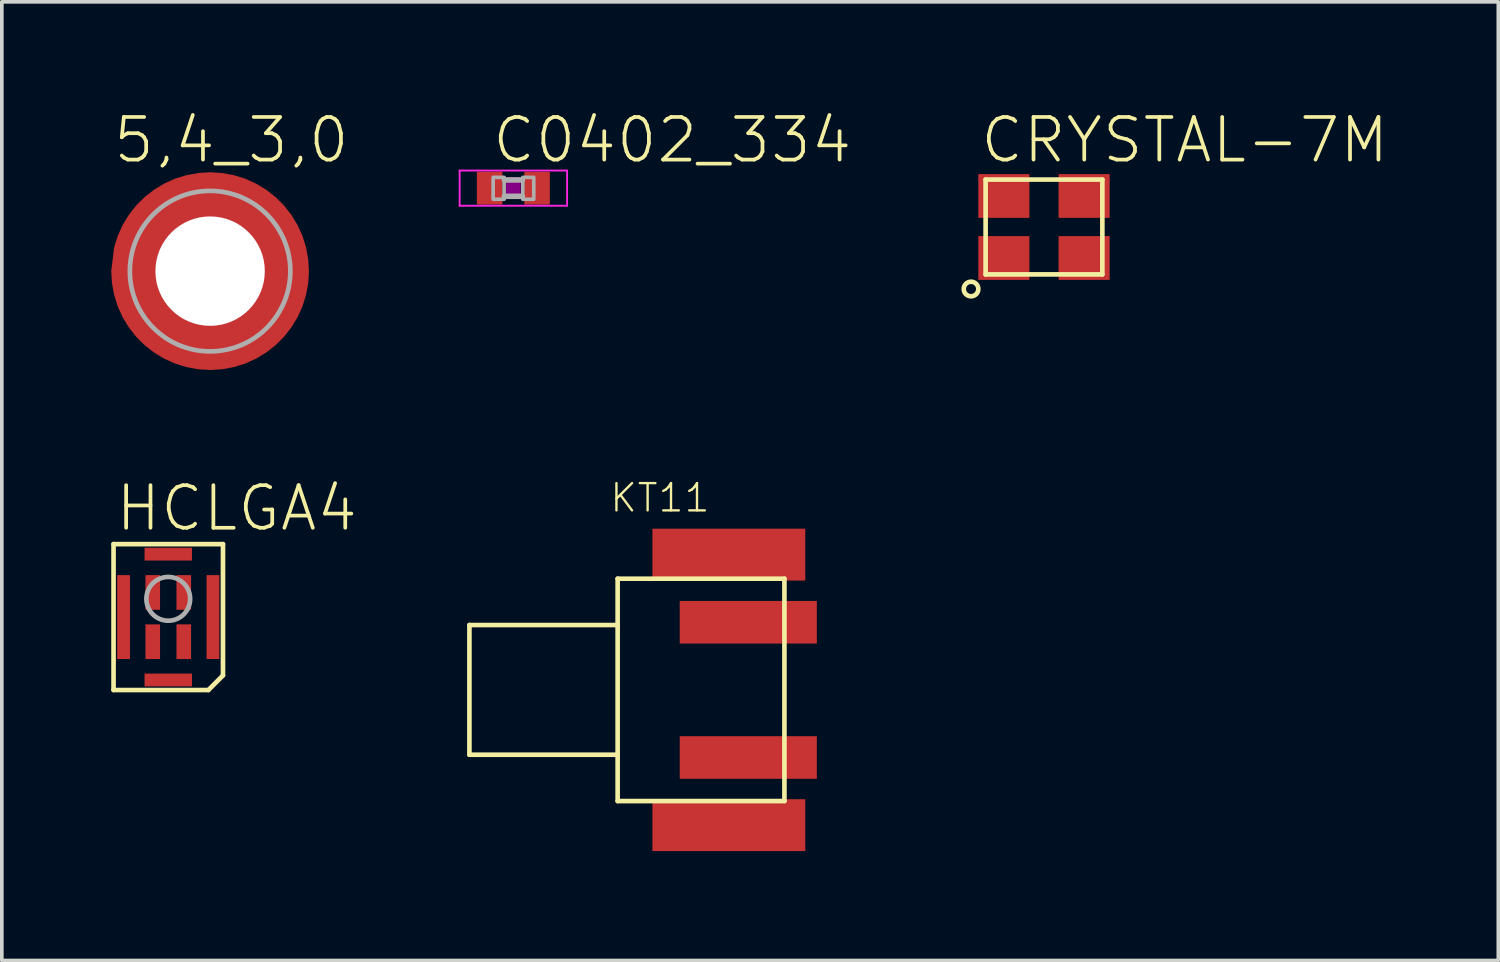
<source format=kicad_pcb>
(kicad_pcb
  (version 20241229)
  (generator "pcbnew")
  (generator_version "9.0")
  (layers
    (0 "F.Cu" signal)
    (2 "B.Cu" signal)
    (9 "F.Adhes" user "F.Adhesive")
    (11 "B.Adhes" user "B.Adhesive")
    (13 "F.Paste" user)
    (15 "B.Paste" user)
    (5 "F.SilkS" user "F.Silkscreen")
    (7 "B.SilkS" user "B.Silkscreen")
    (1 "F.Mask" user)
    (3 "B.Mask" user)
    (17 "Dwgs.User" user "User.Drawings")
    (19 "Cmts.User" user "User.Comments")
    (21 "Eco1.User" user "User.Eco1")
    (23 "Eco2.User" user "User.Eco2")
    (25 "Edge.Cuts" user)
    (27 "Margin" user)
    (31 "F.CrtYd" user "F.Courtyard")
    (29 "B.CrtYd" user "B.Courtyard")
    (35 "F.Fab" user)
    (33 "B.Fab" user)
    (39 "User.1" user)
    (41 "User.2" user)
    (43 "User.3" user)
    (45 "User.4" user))
  (footprint "5,4_3,0"
    (layer "F.Cu")
    (at 2.71 4.383)
    (property "Reference" "5,4_3,0" (at -2.71 -2.91 0) (unlocked yes) (layer "F.SilkS") (effects (font (size 1.168 1.168) (thickness 0.102)) (justify left bottom)))
    (fp_poly (pts (xy 0.01 -1.491) (xy -0.461 -1.417) (xy -0.676 -1.328) (xy -0.876 -1.205) (xy -1.054 -1.054) (xy -1.205 -0.876) (xy -1.328 -0.676) (xy -1.417 -0.46) (xy -1.472 -0.233) (xy -1.49 -0.000396) (xy -1.417 0.461) (xy -1.328 0.676) (xy -1.205 0.876) (xy -1.054 1.054) (xy -0.876 1.205) (xy -0.676 1.328) (xy -0.46 1.417) (xy -0.233 1.472) (xy 0.01 1.491) (xy 0.01 2.711) (xy -0.327 2.69) (xy -0.649 2.631) (xy -0.961 2.534) (xy -1.259 2.4) (xy -1.539 2.23) (xy -1.797 2.028) (xy -2.028 1.797) (xy -2.23 1.539) (xy -2.4 1.259) (xy -2.534 0.961) (xy -2.631 0.649) (xy -2.69 0.327) (xy -2.71 -0.000303) (xy -2.631 -0.648) (xy -2.534 -0.961) (xy -2.4 -1.259) (xy -2.23 -1.539) (xy -2.028 -1.797) (xy -1.797 -2.028) (xy -1.539 -2.23) (xy -1.259 -2.4) (xy -0.961 -2.534) (xy -0.649 -2.631) (xy -0.327 -2.69) (xy 0.01 -2.711)) (stroke (width 0) (type default)) (fill yes) (layer "F.Cu"))
    (fp_poly (pts (xy 0.327 -2.69) (xy 0.649 -2.631) (xy 0.961 -2.534) (xy 1.259 -2.4) (xy 1.539 -2.23) (xy 1.797 -2.028) (xy 2.028 -1.797) (xy 2.23 -1.539) (xy 2.4 -1.259) (xy 2.534 -0.961) (xy 2.631 -0.649) (xy 2.69 -0.327) (xy 2.71 0) (xy 2.69 0.327) (xy 2.631 0.649) (xy 2.534 0.961) (xy 2.4 1.259) (xy 2.23 1.539) (xy 2.028 1.797) (xy 1.797 2.028) (xy 1.539 2.23) (xy 1.259 2.4) (xy 0.961 2.534) (xy 0.649 2.631) (xy 0.327 2.69) (xy -0.01 2.711) (xy -0.01 1.491) (xy 0.461 1.417) (xy 0.676 1.328) (xy 0.876 1.205) (xy 1.054 1.054) (xy 1.205 0.876) (xy 1.328 0.676) (xy 1.417 0.46) (xy 1.472 0.233) (xy 1.49 0.000396) (xy 1.417 -0.461) (xy 1.328 -0.676) (xy 1.205 -0.876) (xy 1.054 -1.054) (xy 0.876 -1.205) (xy 0.676 -1.328) (xy 0.46 -1.417) (xy 0.233 -1.472) (xy -0.01 -1.491) (xy -0.01 -2.711)) (stroke (width 0) (type default)) (fill yes) (layer "F.Cu"))
    (fp_poly (pts (xy 0.315 -2.591) (xy 0.625 -2.534) (xy 0.926 -2.44) (xy 1.213 -2.311) (xy 1.483 -2.148) (xy 1.731 -1.954) (xy 1.954 -1.731) (xy 2.148 -1.483) (xy 2.311 -1.213) (xy 2.44 -0.926) (xy 2.534 -0.625) (xy 2.591 -0.315) (xy 2.61 0) (xy 2.591 0.315) (xy 2.534 0.625) (xy 2.44 0.926) (xy 2.311 1.213) (xy 2.148 1.483) (xy 1.954 1.731) (xy 1.731 1.954) (xy 1.483 2.148) (xy 1.213 2.311) (xy 0.926 2.44) (xy 0.625 2.534) (xy 0.315 2.591) (xy 0 2.61) (xy -0.315 2.591) (xy -0.625 2.534) (xy -0.926 2.44) (xy -1.213 2.311) (xy -1.483 2.148) (xy -1.731 1.954) (xy -1.954 1.731) (xy -2.148 1.483) (xy -2.311 1.213) (xy -2.44 0.926) (xy -2.534 0.625) (xy -2.591 0.315) (xy -2.61 0) (xy -2.591 -0.315) (xy -2.534 -0.625) (xy -2.44 -0.926) (xy -2.311 -1.213) (xy -2.148 -1.483) (xy -1.954 -1.731) (xy -1.731 -1.954) (xy -1.483 -2.148) (xy -1.213 -2.311) (xy -0.926 -2.44) (xy -0.625 -2.534) (xy -0.315 -2.591) (xy 0 -2.61)) (stroke (width 0) (type default)) (fill yes) (layer "F.Mask"))
    (fp_poly (pts (xy -0.19 -1.593) (xy -0.703 -1.437) (xy -0.929 -1.301) (xy -1.131 -1.131) (xy -1.301 -0.929) (xy -1.437 -0.703) (xy -1.534 -0.457) (xy -1.59 -0.199) (xy -1.59 -0.19) (xy -2.512 -0.19) (xy -2.373 -0.829) (xy -2.246 -1.126) (xy -2.083 -1.403) (xy -1.886 -1.658) (xy -1.658 -1.886) (xy -1.403 -2.083) (xy -1.126 -2.246) (xy -0.829 -2.373) (xy -0.519 -2.462) (xy -0.201 -2.51) (xy -0.19 -2.51)) (stroke (width 0) (type default)) (fill yes) (layer "F.Paste"))
    (fp_poly (pts (xy 0.829 -2.373) (xy 1.126 -2.246) (xy 1.403 -2.083) (xy 1.658 -1.886) (xy 1.886 -1.658) (xy 2.083 -1.403) (xy 2.246 -1.126) (xy 2.373 -0.829) (xy 2.462 -0.519) (xy 2.51 -0.201) (xy 2.51 -0.19) (xy 1.593 -0.19) (xy 1.437 -0.703) (xy 1.301 -0.929) (xy 1.131 -1.131) (xy 0.929 -1.301) (xy 0.703 -1.437) (xy 0.457 -1.534) (xy 0.199 -1.59) (xy 0.19 -1.59) (xy 0.19 -2.512)) (stroke (width 0) (type default)) (fill yes) (layer "F.Paste"))
    (fp_poly (pts (xy 2.462 0.519) (xy 2.373 0.829) (xy 2.246 1.126) (xy 2.083 1.403) (xy 1.886 1.658) (xy 1.658 1.886) (xy 1.403 2.083) (xy 1.126 2.246) (xy 0.829 2.373) (xy 0.519 2.462) (xy 0.201 2.51) (xy 0.19 2.51) (xy 0.19 1.593) (xy 0.703 1.437) (xy 0.929 1.301) (xy 1.131 1.131) (xy 1.301 0.929) (xy 1.437 0.703) (xy 1.534 0.457) (xy 1.59 0.199) (xy 1.59 0.19) (xy 2.512 0.19)) (stroke (width 0) (type default)) (fill yes) (layer "F.Paste"))
    (fp_poly (pts (xy -1.534 0.457) (xy -1.437 0.703) (xy -1.301 0.929) (xy -1.131 1.131) (xy -0.929 1.301) (xy -0.703 1.437) (xy -0.457 1.534) (xy -0.199 1.59) (xy -0.19 1.59) (xy -0.19 2.512) (xy -0.519 2.462) (xy -0.829 2.373) (xy -1.126 2.246) (xy -1.403 2.083) (xy -1.658 1.886) (xy -1.886 1.658) (xy -2.083 1.403) (xy -2.246 1.126) (xy -2.373 0.829) (xy -2.462 0.519) (xy -2.51 0.201) (xy -2.51 0.19) (xy -1.592 0.19)) (stroke (width 0) (type default)) (fill yes) (layer "F.Paste"))
    (fp_circle (center 0 0) (end 2.2 0) (stroke (width 0.127) (type solid)) (fill no) (layer "F.Fab"))
    (pad "1" thru_hole circle (at 0 0) (size 5.2 5.2) (drill 3) (layers "*.Cu") (remove_unused_layers yes) (zone_layer_connections)))
  (footprint "KT11"
    (layer "F.Cu")
    (at 13.883 15.863)
    (property "Reference" "KT11" (at -0.254 -4.826 0) (unlocked yes) (layer "F.SilkS") (effects (font (size 0.748 0.748) (thickness 0.065)) (justify left bottom)))
    (fp_line (start -4.064 -1.778) (end -4.064 1.778) (stroke (width 0.127) (type solid)) (layer "F.SilkS"))
    (fp_line (start -4.064 1.778) (end 0 1.778) (stroke (width 0.127) (type solid)) (layer "F.SilkS"))
    (fp_line (start 0 -3.048) (end 0 -1.778) (stroke (width 0.127) (type solid)) (layer "F.SilkS"))
    (fp_line (start 0 -3.048) (end 4.572 -3.048) (stroke (width 0.127) (type solid)) (layer "F.SilkS"))
    (fp_line (start 0 -1.778) (end -4.064 -1.778) (stroke (width 0.127) (type solid)) (layer "F.SilkS"))
    (fp_line (start 0 -1.778) (end 0 1.778) (stroke (width 0.127) (type solid)) (layer "F.SilkS"))
    (fp_line (start 0 1.778) (end 0 3.048) (stroke (width 0.127) (type solid)) (layer "F.SilkS"))
    (fp_line (start 0 3.048) (end 4.572 3.048) (stroke (width 0.127) (type solid)) (layer "F.SilkS"))
    (fp_line (start 4.572 3.048) (end 4.572 -3.048) (stroke (width 0.127) (type solid)) (layer "F.SilkS"))
    (pad "1" smd rect (at 3.581 -1.854) (size 3.759 1.168) (layers "F.Cu" "F.Mask" "F.Paste"))
    (pad "2" smd rect (at 3.581 1.854) (size 3.759 1.168) (layers "F.Cu" "F.Mask" "F.Paste"))
    (pad "MNT1" smd rect (at 3.048 -3.708) (size 4.191 1.422) (layers "F.Cu" "F.Mask" "F.Paste"))
    (pad "MNT2" smd rect (at 3.048 3.708) (size 4.191 1.422) (layers "F.Cu" "F.Mask" "F.Paste")))
  (footprint "HCLGA4"
    (layer "F.Cu")
    (at 1.563 13.867)
    (property "Reference" "HCLGA4" (at -1.5 -2.3 0) (unlocked yes) (layer "F.SilkS") (effects (font (size 1.168 1.168) (thickness 0.102)) (justify left bottom)))
    (fp_line (start -1.5 -2) (end 1.5 -2) (stroke (width 0.127) (type solid)) (layer "F.SilkS"))
    (fp_line (start -1.5 2) (end -1.5 -2) (stroke (width 0.127) (type solid)) (layer "F.SilkS"))
    (fp_line (start 1.1 2) (end -1.5 2) (stroke (width 0.127) (type solid)) (layer "F.SilkS"))
    (fp_line (start 1.5 -2) (end 1.5 1.6) (stroke (width 0.127) (type solid)) (layer "F.SilkS"))
    (fp_line (start 1.5 1.6) (end 1.1 2) (stroke (width 0.127) (type solid)) (layer "F.SilkS"))
    (fp_circle (center 0 -0.5) (end 0.6 -0.5) (stroke (width 0.127) (type solid)) (fill no) (layer "F.Fab"))
    (pad "1" smd rect (at 0.425 0.675) (size 0.4 0.95) (layers "F.Cu" "F.Mask" "F.Paste"))
    (pad "2" smd rect (at 0.425 -0.675) (size 0.4 0.95) (layers "F.Cu" "F.Mask" "F.Paste"))
    (pad "3" smd rect (at -0.425 -0.675) (size 0.4 0.95) (layers "F.Cu" "F.Mask" "F.Paste"))
    (pad "4" smd rect (at -0.425 0.675) (size 0.4 0.95) (layers "F.Cu" "F.Mask" "F.Paste"))
    (pad "G1" smd rect (at 0 -1.725) (size 1.3 0.35) (layers "F.Cu" "F.Mask" "F.Paste"))
    (pad "G2" smd rect (at -1.225 0) (size 0.35 2.3) (layers "F.Cu" "F.Mask" "F.Paste"))
    (pad "G3" smd rect (at 1.225 0) (size 0.35 2.3) (layers "F.Cu" "F.Mask" "F.Paste"))
    (pad "G4" smd rect (at 0 1.725) (size 1.3 0.35) (layers "F.Cu" "F.Mask" "F.Paste")))
  (footprint "CRYSTAL-7M"
    (layer "F.Cu")
    (at 25.571 3.173)
    (property "Reference" "CRYSTAL-7M" (at -1.8 -1.7 0) (unlocked yes) (layer "F.SilkS") (effects (font (size 1.168 1.168) (thickness 0.102)) (justify left bottom)))
    (fp_poly (pts (xy -1.85 -0.2) (xy -0.35 -0.2) (xy -0.35 -1.5) (xy -1.85 -1.5)) (stroke (width 0) (type default)) (fill yes) (layer "F.Mask"))
    (fp_poly (pts (xy -1.85 1.5) (xy -0.35 1.5) (xy -0.35 0.2) (xy -1.85 0.2)) (stroke (width 0) (type default)) (fill yes) (layer "F.Mask"))
    (fp_poly (pts (xy 0.35 -0.2) (xy 1.85 -0.2) (xy 1.85 -1.5) (xy 0.35 -1.5)) (stroke (width 0) (type default)) (fill yes) (layer "F.Mask"))
    (fp_poly (pts (xy 0.35 1.5) (xy 1.85 1.5) (xy 1.85 0.2) (xy 0.35 0.2)) (stroke (width 0) (type default)) (fill yes) (layer "F.Mask"))
    (fp_line (start -1.6 -1.3) (end 1.6 -1.3) (stroke (width 0.127) (type solid)) (layer "F.SilkS"))
    (fp_line (start -1.6 1.3) (end -1.6 -1.3) (stroke (width 0.127) (type solid)) (layer "F.SilkS"))
    (fp_line (start 1.6 -1.3) (end 1.6 1.3) (stroke (width 0.127) (type solid)) (layer "F.SilkS"))
    (fp_line (start 1.6 1.3) (end -1.6 1.3) (stroke (width 0.127) (type solid)) (layer "F.SilkS"))
    (fp_circle (center -2 1.7) (end -1.8 1.7) (stroke (width 0.127) (type solid)) (fill no) (layer "F.SilkS"))
    (fp_poly (pts (xy -1.75 -0.3) (xy -0.45 -0.3) (xy -0.45 -1.4) (xy -1.75 -1.4)) (stroke (width 0) (type default)) (fill yes) (layer "F.Paste"))
    (fp_poly (pts (xy -1.75 1.4) (xy -0.45 1.4) (xy -0.45 0.3) (xy -1.75 0.3)) (stroke (width 0) (type default)) (fill yes) (layer "F.Paste"))
    (fp_poly (pts (xy 0.45 -0.3) (xy 1.75 -0.3) (xy 1.75 -1.4) (xy 0.45 -1.4)) (stroke (width 0) (type default)) (fill yes) (layer "F.Paste"))
    (fp_poly (pts (xy 0.45 1.4) (xy 1.75 1.4) (xy 1.75 0.3) (xy 0.45 0.3)) (stroke (width 0) (type default)) (fill yes) (layer "F.Paste"))
    (pad "1" smd rect (at -1.1 0.85) (size 1.4 1.2) (layers "F.Cu"))
    (pad "2" smd rect (at 1.1 0.85) (size 1.4 1.2) (layers "F.Cu"))
    (pad "3" smd rect (at 1.1 -0.85) (size 1.4 1.2) (layers "F.Cu"))
    (pad "4" smd rect (at -1.1 -0.85) (size 1.4 1.2) (layers "F.Cu")))
  (footprint "C0402_334"
    (layer "F.Cu")
    (at 11.024 2.108)
    (property "Reference" "C0402_334" (at -0.635 -0.635 0) (unlocked yes) (layer "F.SilkS") (effects (font (size 1.168 1.168) (thickness 0.102)) (justify left bottom)))
    (fp_poly (pts (xy -0.2 0.3) (xy 0.2 0.3) (xy 0.2 -0.3) (xy -0.2 -0.3)) (stroke (width 0) (type default)) (fill yes) (layer "F.Adhes"))
    (fp_line (start -1.473 -0.483) (end 1.473 -0.483) (stroke (width 0.051) (type solid)) (layer "F.CrtYd"))
    (fp_line (start -1.473 0.483) (end -1.473 -0.483) (stroke (width 0.051) (type solid)) (layer "F.CrtYd"))
    (fp_line (start 1.473 -0.483) (end 1.473 0.483) (stroke (width 0.051) (type solid)) (layer "F.CrtYd"))
    (fp_line (start 1.473 0.483) (end -1.473 0.483) (stroke (width 0.051) (type solid)) (layer "F.CrtYd"))
    (fp_line (start -0.245 -0.224) (end 0.245 -0.224) (stroke (width 0.152) (type solid)) (layer "F.Fab"))
    (fp_line (start 0.245 0.224) (end -0.245 0.224) (stroke (width 0.152) (type solid)) (layer "F.Fab"))
    (fp_poly (pts (xy -0.554 0.305) (xy -0.254 0.305) (xy -0.254 -0.295) (xy -0.554 -0.295)) (stroke (width 0.1) (type default)) (fill no) (layer "F.Fab"))
    (fp_poly (pts (xy 0.259 0.305) (xy 0.559 0.305) (xy 0.559 -0.295) (xy 0.259 -0.295)) (stroke (width 0.1) (type default)) (fill no) (layer "F.Fab"))
    (pad "1" smd rect (at -0.65 0) (size 0.7 0.9) (layers "F.Cu" "F.Mask" "F.Paste"))
    (pad "2" smd rect (at 0.65 0) (size 0.7 0.9) (layers "F.Cu" "F.Mask" "F.Paste")))
  (gr_rect
    (start -3 -3)
    (end 38.026 23.282)
    (stroke (width 0.1) (type default))
    (fill no)
    (layer "Edge.Cuts")))
</source>
